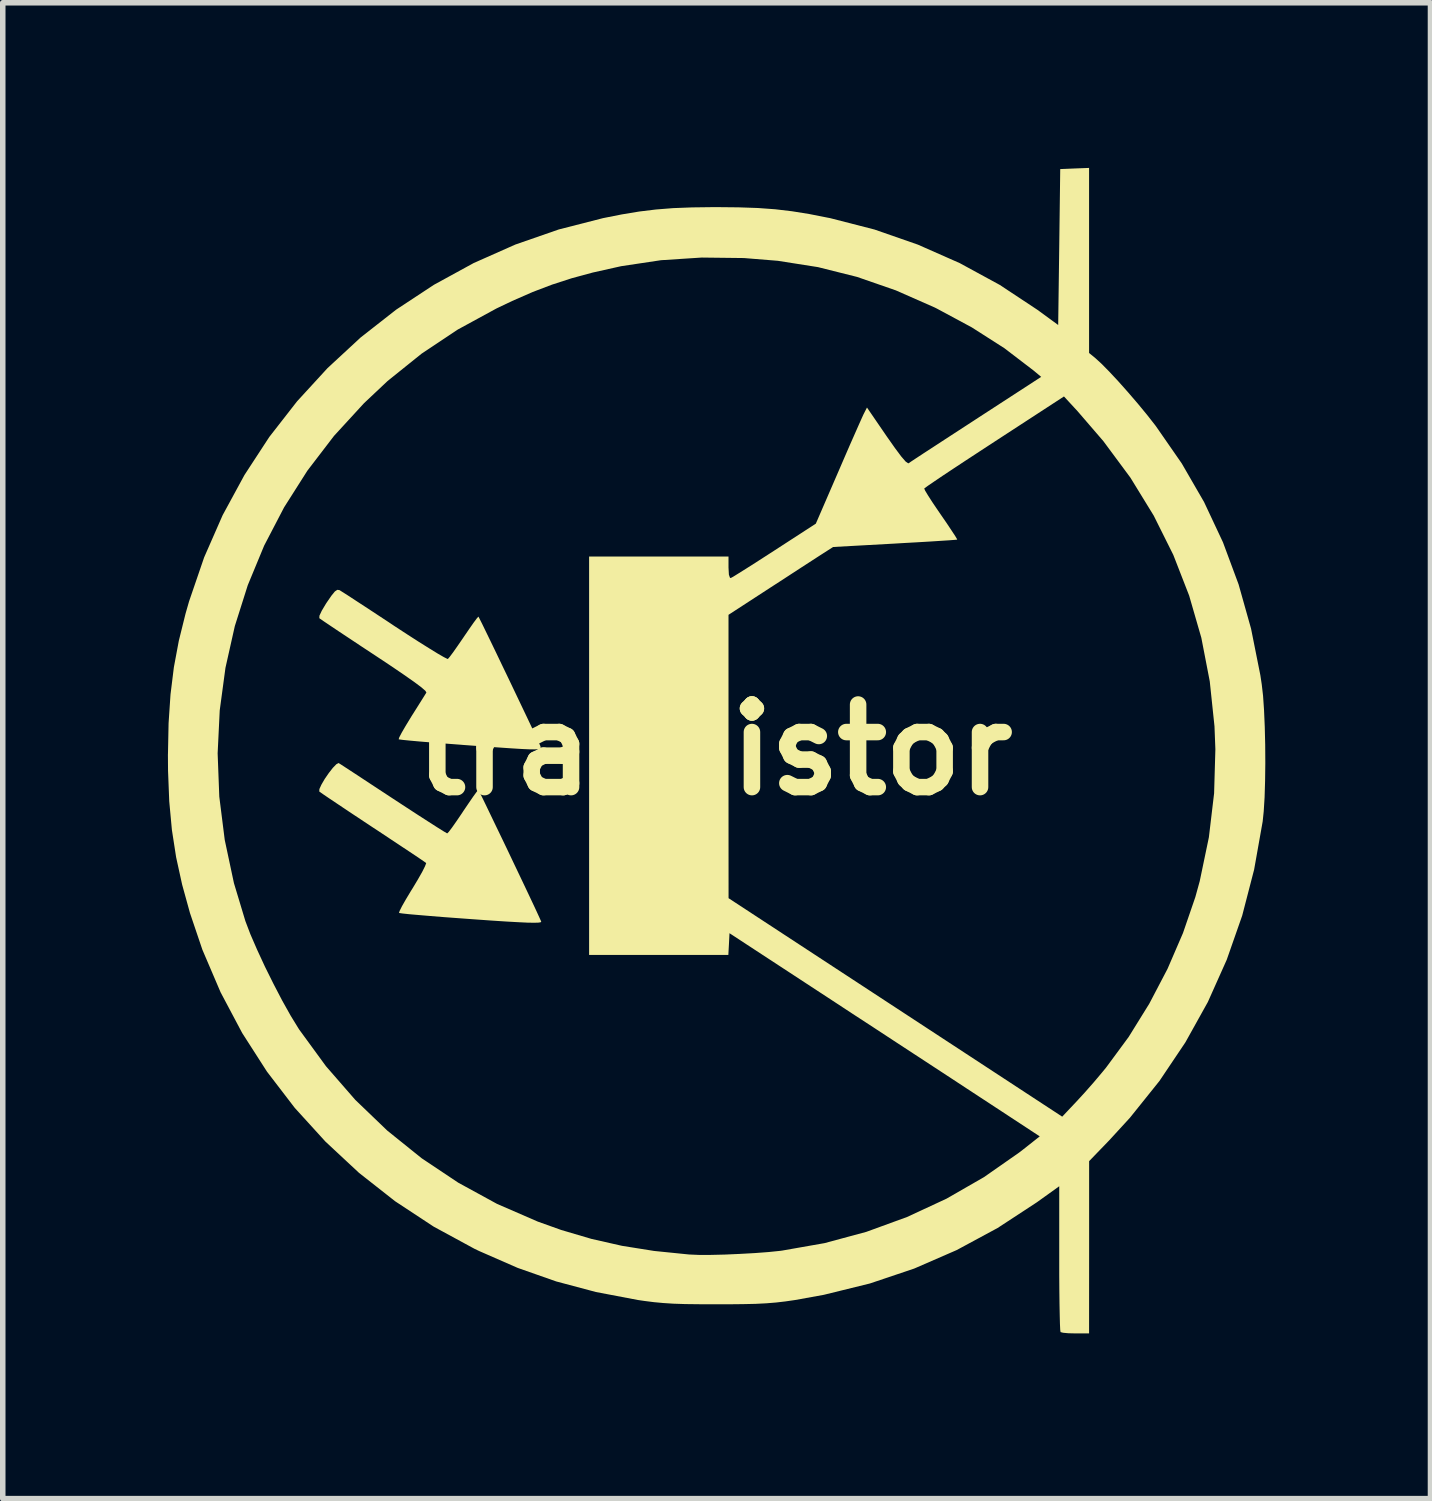
<source format=kicad_pcb>
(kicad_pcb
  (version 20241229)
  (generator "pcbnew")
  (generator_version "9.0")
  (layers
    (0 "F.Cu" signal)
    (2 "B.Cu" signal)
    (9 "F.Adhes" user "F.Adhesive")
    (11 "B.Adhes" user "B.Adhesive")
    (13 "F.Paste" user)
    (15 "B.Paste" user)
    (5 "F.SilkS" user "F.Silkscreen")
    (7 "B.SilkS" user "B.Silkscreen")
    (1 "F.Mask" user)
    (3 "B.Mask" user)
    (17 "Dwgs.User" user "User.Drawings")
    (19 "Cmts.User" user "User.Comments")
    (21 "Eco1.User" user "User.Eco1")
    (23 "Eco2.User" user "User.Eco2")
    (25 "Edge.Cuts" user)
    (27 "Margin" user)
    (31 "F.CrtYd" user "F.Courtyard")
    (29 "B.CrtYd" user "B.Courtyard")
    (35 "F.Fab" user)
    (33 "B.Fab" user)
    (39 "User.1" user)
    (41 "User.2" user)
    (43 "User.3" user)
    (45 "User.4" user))
  (footprint "transistor"
    (layer "F.Cu")
    (at 9.929 10.568)
    (property "Reference" "transistor" (at 0 0 0) (layer "F.SilkS") (effects (font (size 1.5 1.5) (thickness 0.3))))
    (attr board_only exclude_from_pos_files exclude_from_bom)
    (fp_poly (pts (xy -6.826 0.243) (xy -6.786 0.268) (xy -6.694 0.328) (xy -6.556 0.418) (xy -6.381 0.533) (xy -6.176 0.668) (xy -5.949 0.817) (xy -5.832 0.894) (xy -5.598 1.047) (xy -5.383 1.187) (xy -5.195 1.308) (xy -5.042 1.406) (xy -4.929 1.477) (xy -4.866 1.514) (xy -4.856 1.519) (xy -4.827 1.49) (xy -4.768 1.412) (xy -4.686 1.295) (xy -4.588 1.151) (xy -4.566 1.117) (xy -4.467 0.971) (xy -4.384 0.85) (xy -4.323 0.766) (xy -4.292 0.73) (xy -4.29 0.729) (xy -4.271 0.766) (xy -4.224 0.86) (xy -4.156 1) (xy -4.07 1.179) (xy -3.97 1.387) (xy -3.86 1.615) (xy -3.745 1.855) (xy -3.63 2.097) (xy -3.517 2.334) (xy -3.412 2.555) (xy -3.319 2.752) (xy -3.242 2.916) (xy -3.186 3.038) (xy -3.154 3.109) (xy -3.148 3.123) (xy -3.161 3.134) (xy -3.203 3.14) (xy -3.281 3.142) (xy -3.4 3.14) (xy -3.565 3.132) (xy -3.781 3.12) (xy -4.056 3.102) (xy -4.393 3.078) (xy -4.639 3.06) (xy -4.91 3.04) (xy -5.158 3.02) (xy -5.372 3.002) (xy -5.545 2.987) (xy -5.666 2.974) (xy -5.727 2.965) (xy -5.732 2.963) (xy -5.721 2.928) (xy -5.678 2.842) (xy -5.608 2.719) (xy -5.518 2.569) (xy -5.483 2.513) (xy -5.389 2.356) (xy -5.312 2.221) (xy -5.261 2.119) (xy -5.239 2.063) (xy -5.24 2.056) (xy -5.275 2.031) (xy -5.363 1.971) (xy -5.497 1.881) (xy -5.669 1.767) (xy -5.871 1.633) (xy -6.095 1.484) (xy -6.205 1.412) (xy -6.439 1.257) (xy -6.653 1.115) (xy -6.841 0.989) (xy -6.995 0.886) (xy -7.107 0.81) (xy -7.17 0.766) (xy -7.18 0.758) (xy -7.178 0.714) (xy -7.141 0.633) (xy -7.081 0.53) (xy -7.008 0.424) (xy -6.934 0.329) (xy -6.87 0.263) (xy -6.829 0.241)) (stroke (width 0) (type solid)) (fill yes) (layer "F.SilkS"))
    (fp_poly (pts (xy -6.814 -2.9) (xy -6.81 -2.898) (xy -6.766 -2.87) (xy -6.668 -2.808) (xy -6.526 -2.715) (xy -6.348 -2.599) (xy -6.141 -2.463) (xy -5.913 -2.313) (xy -5.813 -2.246) (xy -5.58 -2.094) (xy -5.367 -1.957) (xy -5.18 -1.84) (xy -5.027 -1.746) (xy -4.916 -1.682) (xy -4.854 -1.651) (xy -4.844 -1.649) (xy -4.812 -1.686) (xy -4.749 -1.77) (xy -4.664 -1.891) (xy -4.565 -2.035) (xy -4.555 -2.05) (xy -4.458 -2.192) (xy -4.377 -2.308) (xy -4.318 -2.387) (xy -4.29 -2.418) (xy -4.289 -2.418) (xy -4.27 -2.382) (xy -4.223 -2.289) (xy -4.155 -2.149) (xy -4.068 -1.97) (xy -3.968 -1.763) (xy -3.859 -1.535) (xy -3.744 -1.296) (xy -3.629 -1.055) (xy -3.518 -0.822) (xy -3.414 -0.604) (xy -3.323 -0.412) (xy -3.249 -0.253) (xy -3.196 -0.138) (xy -3.168 -0.076) (xy -3.165 -0.068) (xy -3.159 -0.047) (xy -3.16 -0.03) (xy -3.175 -0.018) (xy -3.211 -0.01) (xy -3.272 -0.007) (xy -3.367 -0.008) (xy -3.501 -0.014) (xy -3.681 -0.025) (xy -3.913 -0.041) (xy -4.203 -0.061) (xy -4.559 -0.087) (xy -4.606 -0.091) (xy -4.882 -0.112) (xy -5.135 -0.132) (xy -5.355 -0.15) (xy -5.533 -0.166) (xy -5.661 -0.179) (xy -5.729 -0.188) (xy -5.738 -0.191) (xy -5.727 -0.226) (xy -5.683 -0.31) (xy -5.613 -0.431) (xy -5.524 -0.577) (xy -5.509 -0.602) (xy -5.413 -0.754) (xy -5.33 -0.886) (xy -5.268 -0.985) (xy -5.236 -1.037) (xy -5.234 -1.039) (xy -5.253 -1.071) (xy -5.329 -1.137) (xy -5.462 -1.236) (xy -5.655 -1.371) (xy -5.907 -1.542) (xy -6.177 -1.721) (xy -6.414 -1.877) (xy -6.632 -2.022) (xy -6.824 -2.149) (xy -6.982 -2.255) (xy -7.098 -2.333) (xy -7.166 -2.38) (xy -7.179 -2.39) (xy -7.177 -2.435) (xy -7.135 -2.525) (xy -7.06 -2.651) (xy -7.043 -2.677) (xy -6.956 -2.803) (xy -6.896 -2.876) (xy -6.852 -2.905)) (stroke (width 0) (type solid)) (fill yes) (layer "F.SilkS"))
    (fp_poly (pts (xy 6.802 -8.888) (xy 6.802 -7.207) (xy 6.92 -7.11) (xy 7.028 -7.011) (xy 7.169 -6.868) (xy 7.334 -6.691) (xy 7.51 -6.493) (xy 7.688 -6.286) (xy 7.856 -6.082) (xy 8.004 -5.893) (xy 8.016 -5.877) (xy 8.485 -5.201) (xy 8.891 -4.499) (xy 9.234 -3.768) (xy 9.518 -3.003) (xy 9.744 -2.2) (xy 9.913 -1.354) (xy 9.938 -1.189) (xy 9.962 -0.981) (xy 9.98 -0.718) (xy 9.993 -0.416) (xy 10.001 -0.09) (xy 10.003 0.242) (xy 9.999 0.565) (xy 9.99 0.863) (xy 9.974 1.12) (xy 9.955 1.303) (xy 9.8 2.176) (xy 9.583 3.013) (xy 9.302 3.815) (xy 8.959 4.582) (xy 8.551 5.315) (xy 8.08 6.016) (xy 7.544 6.684) (xy 7.167 7.095) (xy 6.803 7.472) (xy 6.803 9.037) (xy 6.802 10.601) (xy 6.555 10.601) (xy 6.427 10.598) (xy 6.33 10.589) (xy 6.284 10.577) (xy 6.284 10.577) (xy 6.278 10.537) (xy 6.273 10.432) (xy 6.269 10.272) (xy 6.265 10.064) (xy 6.262 9.816) (xy 6.26 9.537) (xy 6.26 9.241) (xy 6.26 7.928) (xy 5.853 8.22) (xy 5.141 8.686) (xy 4.398 9.087) (xy 3.626 9.423) (xy 2.821 9.694) (xy 1.984 9.9) (xy 1.465 9.994) (xy 1.285 10.02) (xy 1.114 10.04) (xy 0.94 10.054) (xy 0.746 10.064) (xy 0.519 10.069) (xy 0.243 10.072) (xy 0.036 10.072) (xy -0.278 10.071) (xy -0.534 10.068) (xy -0.747 10.061) (xy -0.932 10.049) (xy -1.104 10.033) (xy -1.276 10.011) (xy -1.393 9.994) (xy -2.155 9.849) (xy -2.876 9.657) (xy -3.576 9.411) (xy -4.273 9.106) (xy -4.361 9.064) (xy -5.103 8.661) (xy -5.803 8.2) (xy -6.458 7.685) (xy -7.066 7.119) (xy -7.625 6.505) (xy -8.13 5.846) (xy -8.58 5.145) (xy -8.972 4.406) (xy -9.303 3.632) (xy -9.528 2.967) (xy -9.671 2.449) (xy -9.78 1.952) (xy -9.857 1.454) (xy -9.905 0.936) (xy -9.927 0.379) (xy -9.929 0.09) (xy -9.928 0.065) (xy -9.026 0.065) (xy -8.996 0.851) (xy -8.897 1.638) (xy -8.73 2.422) (xy -8.522 3.112) (xy -8.431 3.351) (xy -8.309 3.632) (xy -8.167 3.939) (xy -8.011 4.253) (xy -7.853 4.556) (xy -7.699 4.831) (xy -7.559 5.059) (xy -7.543 5.084) (xy -7.058 5.748) (xy -6.525 6.36) (xy -5.945 6.917) (xy -5.321 7.419) (xy -4.656 7.863) (xy -3.952 8.248) (xy -3.211 8.57) (xy -2.786 8.722) (xy -2.237 8.884) (xy -1.682 9.01) (xy -1.099 9.103) (xy -0.468 9.167) (xy -0.452 9.168) (xy -0.288 9.175) (xy -0.069 9.175) (xy 0.185 9.169) (xy 0.456 9.157) (xy 0.727 9.142) (xy 0.98 9.123) (xy 1.195 9.101) (xy 1.23 9.096) (xy 1.998 8.961) (xy 2.757 8.756) (xy 3.497 8.486) (xy 4.212 8.154) (xy 4.892 7.763) (xy 5.532 7.316) (xy 5.611 7.255) (xy 5.906 7.022) (xy 5.025 6.444) (xy 4.831 6.317) (xy 4.585 6.156) (xy 4.296 5.966) (xy 3.972 5.754) (xy 3.622 5.525) (xy 3.255 5.285) (xy 2.88 5.039) (xy 2.504 4.794) (xy 2.207 4.599) (xy 0.271 3.332) (xy 0.261 3.529) (xy 0.25 3.727) (xy -1.015 3.727) (xy -2.279 3.727) (xy -2.279 0.109) (xy -2.279 -2.451) (xy 0.253 -2.451) (xy 0.253 0.122) (xy 0.254 2.696) (xy 3.284 4.68) (xy 6.314 6.664) (xy 6.582 6.38) (xy 6.726 6.223) (xy 6.888 6.039) (xy 7.043 5.855) (xy 7.112 5.771) (xy 7.521 5.216) (xy 7.895 4.613) (xy 8.227 3.979) (xy 8.508 3.328) (xy 8.732 2.676) (xy 8.812 2.386) (xy 8.978 1.59) (xy 9.073 0.79) (xy 9.096 -0.008) (xy 9.08 -0.425) (xy 8.994 -1.243) (xy 8.841 -2.034) (xy 8.62 -2.799) (xy 8.332 -3.539) (xy 7.976 -4.253) (xy 7.553 -4.942) (xy 7.061 -5.606) (xy 6.594 -6.148) (xy 6.346 -6.417) (xy 5.082 -5.594) (xy 4.811 -5.417) (xy 4.559 -5.252) (xy 4.333 -5.103) (xy 4.14 -4.975) (xy 3.985 -4.87) (xy 3.875 -4.795) (xy 3.816 -4.752) (xy 3.808 -4.745) (xy 3.824 -4.707) (xy 3.875 -4.622) (xy 3.954 -4.499) (xy 4.054 -4.351) (xy 4.108 -4.272) (xy 4.215 -4.117) (xy 4.304 -3.983) (xy 4.37 -3.883) (xy 4.404 -3.826) (xy 4.407 -3.817) (xy 4.369 -3.813) (xy 4.269 -3.805) (xy 4.113 -3.795) (xy 3.912 -3.782) (xy 3.673 -3.768) (xy 3.406 -3.753) (xy 3.275 -3.745) (xy 2.153 -3.683) (xy 1.972 -3.567) (xy 1.891 -3.515) (xy 1.76 -3.43) (xy 1.59 -3.32) (xy 1.392 -3.191) (xy 1.177 -3.051) (xy 1.022 -2.951) (xy 0.253 -2.451) (xy -2.279 -2.451) (xy -2.279 -3.51) (xy -1.013 -3.51) (xy 0.253 -3.51) (xy 0.253 -3.308) (xy 0.26 -3.18) (xy 0.28 -3.123) (xy 0.295 -3.12) (xy 0.336 -3.142) (xy 0.428 -3.199) (xy 0.564 -3.284) (xy 0.734 -3.392) (xy 0.93 -3.518) (xy 1.088 -3.62) (xy 1.839 -4.107) (xy 2.246 -5.047) (xy 2.354 -5.297) (xy 2.455 -5.53) (xy 2.546 -5.736) (xy 2.621 -5.906) (xy 2.677 -6.031) (xy 2.708 -6.099) (xy 2.71 -6.102) (xy 2.768 -6.216) (xy 3.125 -5.695) (xy 3.277 -5.479) (xy 3.392 -5.325) (xy 3.472 -5.233) (xy 3.518 -5.202) (xy 3.523 -5.204) (xy 3.562 -5.23) (xy 3.654 -5.291) (xy 3.794 -5.383) (xy 3.974 -5.5) (xy 4.187 -5.639) (xy 4.427 -5.795) (xy 4.687 -5.964) (xy 4.748 -6.004) (xy 5.932 -6.773) (xy 5.794 -6.888) (xy 5.263 -7.294) (xy 4.673 -7.671) (xy 4.036 -8.014) (xy 3.998 -8.033) (xy 3.292 -8.344) (xy 2.589 -8.588) (xy 1.879 -8.766) (xy 1.149 -8.881) (xy 0.534 -8.931) (xy -0.234 -8.94) (xy -0.973 -8.892) (xy -1.698 -8.783) (xy -2.212 -8.668) (xy -2.596 -8.564) (xy -2.953 -8.448) (xy -3.305 -8.314) (xy -3.677 -8.151) (xy -3.962 -8.015) (xy -4.665 -7.632) (xy -5.322 -7.194) (xy -5.939 -6.698) (xy -6.367 -6.295) (xy -6.912 -5.701) (xy -7.396 -5.069) (xy -7.819 -4.403) (xy -8.181 -3.708) (xy -8.479 -2.988) (xy -8.714 -2.246) (xy -8.884 -1.488) (xy -8.988 -0.716) (xy -9.026 0.065) (xy -9.928 0.065) (xy -9.917 -0.482) (xy -9.882 -1.005) (xy -9.821 -1.498) (xy -9.731 -1.98) (xy -9.609 -2.472) (xy -9.545 -2.695) (xy -9.271 -3.495) (xy -8.935 -4.261) (xy -8.539 -4.99) (xy -8.088 -5.681) (xy -7.583 -6.329) (xy -7.029 -6.933) (xy -6.428 -7.489) (xy -5.783 -7.994) (xy -5.098 -8.445) (xy -4.376 -8.84) (xy -3.619 -9.176) (xy -2.831 -9.45) (xy -2.026 -9.656) (xy -1.683 -9.724) (xy -1.369 -9.776) (xy -1.065 -9.813) (xy -0.751 -9.838) (xy -0.407 -9.851) (xy -0.013 -9.856) (xy 0.036 -9.856) (xy 0.437 -9.852) (xy 0.786 -9.84) (xy 1.102 -9.817) (xy 1.406 -9.781) (xy 1.718 -9.731) (xy 2.057 -9.664) (xy 2.099 -9.656) (xy 2.905 -9.449) (xy 3.692 -9.175) (xy 4.453 -8.839) (xy 5.18 -8.443) (xy 5.865 -7.99) (xy 5.898 -7.966) (xy 6.241 -7.715) (xy 6.26 -9.131) (xy 6.278 -10.547) (xy 6.54 -10.558) (xy 6.802 -10.568)) (stroke (width 0) (type solid)) (fill yes) (layer "F.SilkS")))
  (gr_rect
    (start -3 -3)
    (end 22.932 24.17)
    (stroke (width 0.1) (type default))
    (fill no)
    (layer "Edge.Cuts")))
</source>
